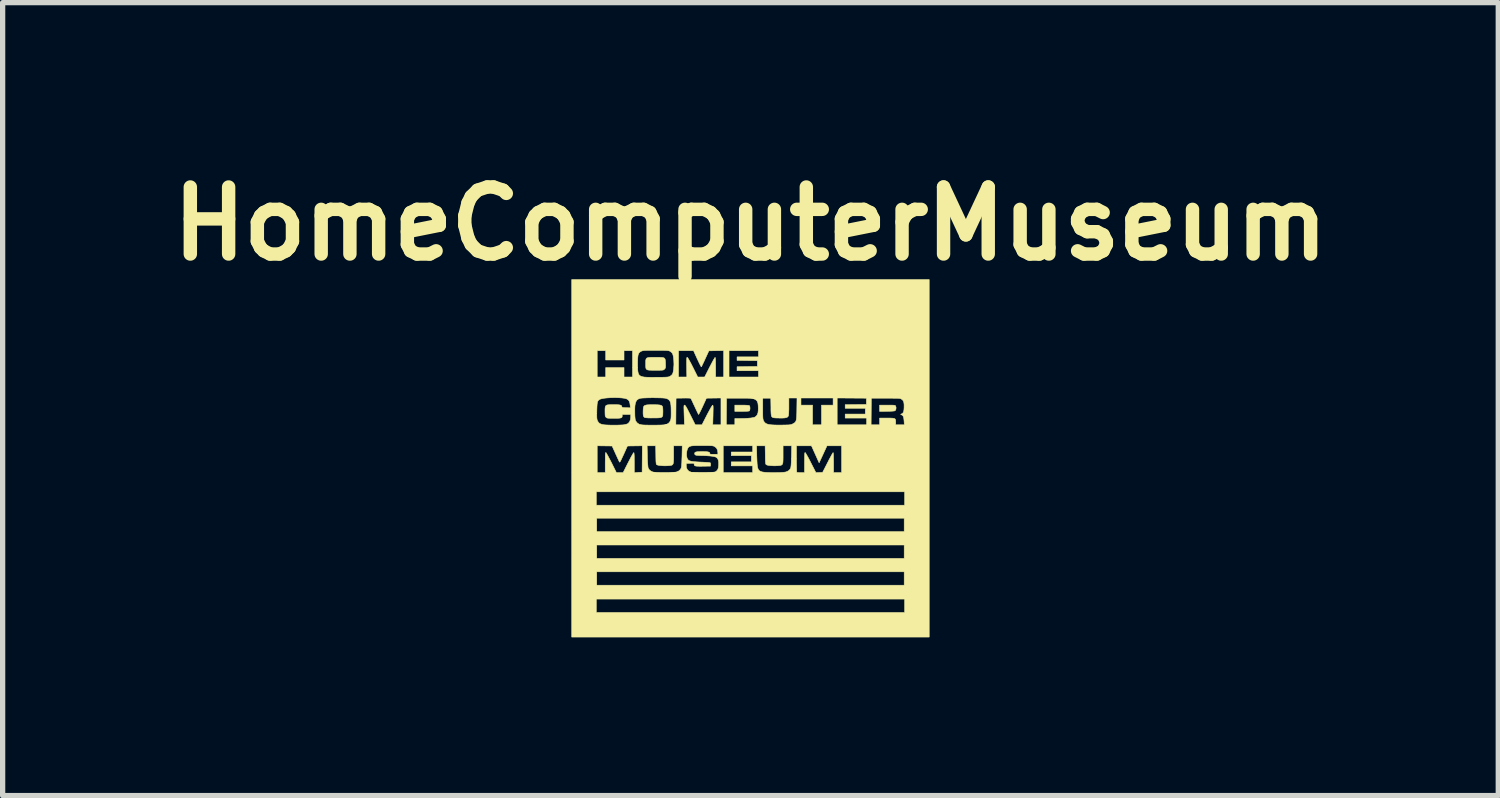
<source format=kicad_pcb>
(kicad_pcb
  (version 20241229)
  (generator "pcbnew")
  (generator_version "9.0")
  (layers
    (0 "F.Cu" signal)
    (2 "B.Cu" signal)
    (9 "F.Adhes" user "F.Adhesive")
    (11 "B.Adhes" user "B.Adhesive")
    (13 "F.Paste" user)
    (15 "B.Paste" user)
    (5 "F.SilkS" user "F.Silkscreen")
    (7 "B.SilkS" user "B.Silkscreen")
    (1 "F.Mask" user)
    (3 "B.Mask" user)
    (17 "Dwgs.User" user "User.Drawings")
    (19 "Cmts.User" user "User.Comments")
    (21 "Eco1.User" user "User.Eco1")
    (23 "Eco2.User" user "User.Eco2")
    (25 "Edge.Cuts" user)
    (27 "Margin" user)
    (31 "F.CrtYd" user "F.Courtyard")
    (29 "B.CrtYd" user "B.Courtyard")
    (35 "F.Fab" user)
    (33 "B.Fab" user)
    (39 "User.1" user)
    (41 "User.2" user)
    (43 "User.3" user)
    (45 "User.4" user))
  (footprint "HomeComputerMuseum"
    (layer "F.Cu")
    (at 11.17 5.634)
    (property "Reference" "HomeComputerMuseum" (at 0 -4.445 0) (layer "F.SilkS") (effects (font (size 1.27 1.27) (thickness 0.254))))
    (attr through_hole)
    (fp_poly (pts (xy -0.104 -1.007) (xy -0.061 -1.005) (xy -0.033 -1.002) (xy -0.02 -0.998) (xy -0.019 -0.997) (xy -0.012 -0.983) (xy -0.009 -0.959) (xy -0.008 -0.948) (xy -0.011 -0.923) (xy -0.016 -0.903) (xy -0.019 -0.899) (xy -0.03 -0.895) (xy -0.056 -0.892) (xy -0.096 -0.89) (xy -0.152 -0.889) (xy -0.163 -0.889) (xy -0.296 -0.889) (xy -0.296 -1.008) (xy -0.163 -1.008) (xy -0.104 -1.007)) (stroke (width 0.01) (type solid)) (fill yes) (layer "F.SilkS"))
    (fp_poly (pts (xy 2.648 -1.007) (xy 2.687 -1.007) (xy 2.714 -1.006) (xy 2.732 -1.004) (xy 2.743 -1) (xy 2.749 -0.995) (xy 2.751 -0.991) (xy 2.759 -0.963) (xy 2.757 -0.932) (xy 2.748 -0.91) (xy 2.742 -0.904) (xy 2.734 -0.899) (xy 2.719 -0.896) (xy 2.697 -0.894) (xy 2.664 -0.892) (xy 2.617 -0.891) (xy 2.591 -0.89) (xy 2.447 -0.888) (xy 2.447 -1.008) (xy 2.595 -1.008) (xy 2.648 -1.007)) (stroke (width 0.01) (type solid)) (fill yes) (layer "F.SilkS"))
    (fp_poly (pts (xy -1.802 -1.015) (xy -1.802 -1.015) (xy -1.75 -1.013) (xy -1.712 -1.009) (xy -1.687 -1.001) (xy -1.671 -0.988) (xy -1.663 -0.966) (xy -1.66 -0.935) (xy -1.659 -0.89) (xy -1.659 -0.885) (xy -1.66 -0.846) (xy -1.661 -0.816) (xy -1.667 -0.795) (xy -1.679 -0.781) (xy -1.699 -0.772) (xy -1.729 -0.767) (xy -1.772 -0.765) (xy -1.829 -0.765) (xy -1.836 -0.765) (xy -1.887 -0.764) (xy -1.933 -0.765) (xy -1.969 -0.767) (xy -1.993 -0.77) (xy -2 -0.771) (xy -2.015 -0.78) (xy -2.025 -0.793) (xy -2.031 -0.813) (xy -2.034 -0.845) (xy -2.034 -0.89) (xy -2.034 -0.892) (xy -2.032 -0.938) (xy -2.027 -0.97) (xy -2.017 -0.991) (xy -1.999 -1.003) (xy -1.973 -1.01) (xy -1.96 -1.012) (xy -1.933 -1.014) (xy -1.894 -1.015) (xy -1.849 -1.015) (xy -1.802 -1.015)) (stroke (width 0.01) (type solid)) (fill yes) (layer "F.SilkS"))
    (fp_poly (pts (xy -1.795 -1.913) (xy -1.736 -1.913) (xy -1.691 -1.912) (xy -1.658 -1.909) (xy -1.636 -1.901) (xy -1.623 -1.889) (xy -1.615 -1.87) (xy -1.612 -1.842) (xy -1.61 -1.806) (xy -1.61 -1.794) (xy -1.609 -1.756) (xy -1.609 -1.73) (xy -1.612 -1.714) (xy -1.617 -1.702) (xy -1.627 -1.692) (xy -1.629 -1.689) (xy -1.637 -1.682) (xy -1.645 -1.676) (xy -1.657 -1.672) (xy -1.674 -1.67) (xy -1.699 -1.669) (xy -1.736 -1.668) (xy -1.786 -1.668) (xy -1.798 -1.668) (xy -1.852 -1.668) (xy -1.892 -1.669) (xy -1.92 -1.67) (xy -1.939 -1.673) (xy -1.953 -1.676) (xy -1.962 -1.681) (xy -1.965 -1.684) (xy -1.974 -1.692) (xy -1.98 -1.702) (xy -1.983 -1.718) (xy -1.985 -1.742) (xy -1.985 -1.779) (xy -1.985 -1.791) (xy -1.985 -1.83) (xy -1.984 -1.86) (xy -1.978 -1.882) (xy -1.967 -1.897) (xy -1.948 -1.906) (xy -1.92 -1.911) (xy -1.879 -1.913) (xy -1.824 -1.913) (xy -1.795 -1.913)) (stroke (width 0.01) (type solid)) (fill yes) (layer "F.SilkS"))
    (fp_poly (pts (xy 3.387 3.387) (xy -3.387 3.387) (xy -3.387 2.151) (xy -2.913 2.151) (xy -2.913 2.405) (xy 0 2.405) (xy 0 2.667) (xy -2.921 2.667) (xy -2.921 2.921) (xy 2.921 2.921) (xy 2.921 2.667) (xy 0 2.667) (xy 0 2.405) (xy 2.913 2.405) (xy 2.913 2.151) (xy -2.913 2.151) (xy -3.387 2.151) (xy -3.387 1.643) (xy -2.913 1.643) (xy -2.913 1.897) (xy 2.913 1.897) (xy 2.913 1.643) (xy -2.913 1.643) (xy -3.387 1.643) (xy -3.387 1.135) (xy -2.913 1.135) (xy -2.913 1.389) (xy 2.913 1.389) (xy 2.913 1.135) (xy 0 1.135) (xy 0 0.889) (xy 2.921 0.889) (xy 2.921 0.635) (xy -2.921 0.635) (xy -2.921 0.889) (xy 0 0.889) (xy 0 1.135) (xy -2.913 1.135) (xy -3.387 1.135) (xy -3.387 -0.237) (xy -2.904 -0.237) (xy -2.904 0.271) (xy -2.752 0.271) (xy -2.752 0.08) (xy -2.751 0.016) (xy -2.751 -0.033) (xy -2.75 -0.069) (xy -2.748 -0.092) (xy -2.745 -0.106) (xy -2.741 -0.11) (xy -2.741 -0.11) (xy -2.734 -0.103) (xy -2.722 -0.082) (xy -2.704 -0.051) (xy -2.682 -0.01) (xy -2.657 0.038) (xy -2.635 0.08) (xy -2.54 0.271) (xy -2.413 0.271) (xy -2.318 0.083) (xy -2.291 0.031) (xy -2.267 -0.016) (xy -2.245 -0.055) (xy -2.228 -0.085) (xy -2.216 -0.103) (xy -2.212 -0.108) (xy -2.208 -0.106) (xy -2.206 -0.095) (xy -2.204 -0.073) (xy -2.202 -0.04) (xy -2.202 0.006) (xy -2.201 0.068) (xy -2.201 0.08) (xy -2.201 0.272) (xy -2.127 0.269) (xy -2.053 0.267) (xy -2.051 0.015) (xy -2.049 -0.237) (xy -1.958 -0.237) (xy -1.953 -0.044) (xy -1.952 0.013) (xy -1.949 0.066) (xy -1.946 0.113) (xy -1.943 0.15) (xy -1.94 0.174) (xy -1.939 0.18) (xy -1.921 0.213) (xy -1.89 0.24) (xy -1.85 0.259) (xy -1.841 0.261) (xy -1.816 0.265) (xy -1.778 0.268) (xy -1.73 0.269) (xy -1.676 0.27) (xy -1.619 0.27) (xy -1.562 0.27) (xy -1.508 0.268) (xy -1.461 0.266) (xy -1.424 0.263) (xy -1.401 0.259) (xy -1.4 0.258) (xy -1.357 0.239) (xy -1.327 0.211) (xy -1.312 0.182) (xy -1.308 0.163) (xy -1.304 0.128) (xy -1.304 0.127) (xy -1.217 0.127) (xy -1.214 0.174) (xy -1.197 0.214) (xy -1.167 0.244) (xy -1.126 0.262) (xy -1.125 0.263) (xy -1.109 0.265) (xy -1.078 0.266) (xy -1.036 0.267) (xy -0.985 0.268) (xy -0.929 0.268) (xy -0.889 0.268) (xy -0.823 0.268) (xy -0.772 0.267) (xy -0.733 0.266) (xy -0.705 0.264) (xy -0.685 0.261) (xy -0.671 0.258) (xy -0.661 0.254) (xy -0.658 0.252) (xy -0.634 0.232) (xy -0.618 0.208) (xy -0.608 0.176) (xy -0.603 0.131) (xy -0.603 0.123) (xy -0.603 0.068) (xy -0.612 0.027) (xy -0.629 -0.003) (xy -0.654 -0.022) (xy -0.678 -0.03) (xy -0.717 -0.038) (xy -0.767 -0.044) (xy -0.826 -0.048) (xy -0.892 -0.051) (xy -0.923 -0.051) (xy -0.973 -0.053) (xy -1.009 -0.055) (xy -1.033 -0.059) (xy -1.048 -0.066) (xy -1.055 -0.076) (xy -1.057 -0.085) (xy -1.057 -0.1) (xy -1.05 -0.111) (xy -1.035 -0.119) (xy -1.01 -0.124) (xy -0.971 -0.126) (xy -0.918 -0.127) (xy -0.916 -0.127) (xy -0.862 -0.126) (xy -0.822 -0.124) (xy -0.796 -0.119) (xy -0.779 -0.112) (xy -0.772 -0.102) (xy -0.77 -0.093) (xy -0.769 -0.085) (xy -0.763 -0.08) (xy -0.749 -0.077) (xy -0.723 -0.076) (xy -0.694 -0.076) (xy -0.618 -0.076) (xy -0.618 -0.112) (xy -0.625 -0.158) (xy -0.646 -0.196) (xy -0.678 -0.223) (xy -0.682 -0.224) (xy -0.694 -0.23) (xy -0.707 -0.234) (xy -0.724 -0.237) (xy -0.725 -0.237) (xy -0.516 -0.237) (xy -0.516 0.271) (xy 0.042 0.271) (xy 0.042 0.144) (xy -0.364 0.144) (xy -0.364 0.068) (xy 0.017 0.068) (xy 0.017 -0.051) (xy -0.364 -0.051) (xy -0.364 -0.119) (xy 0.042 -0.119) (xy 0.042 -0.237) (xy 0.116 -0.237) (xy 0.12 -0.04) (xy 0.123 0.036) (xy 0.126 0.096) (xy 0.13 0.144) (xy 0.137 0.18) (xy 0.147 0.207) (xy 0.16 0.227) (xy 0.178 0.241) (xy 0.201 0.251) (xy 0.226 0.259) (xy 0.253 0.263) (xy 0.292 0.267) (xy 0.341 0.269) (xy 0.396 0.271) (xy 0.455 0.271) (xy 0.513 0.27) (xy 0.568 0.269) (xy 0.615 0.266) (xy 0.652 0.262) (xy 0.674 0.258) (xy 0.717 0.239) (xy 0.747 0.211) (xy 0.763 0.182) (xy 0.766 0.164) (xy 0.77 0.13) (xy 0.773 0.081) (xy 0.775 0.019) (xy 0.777 -0.04) (xy 0.781 -0.237) (xy 0.872 -0.237) (xy 0.872 0.011) (xy 0.872 0.075) (xy 0.873 0.132) (xy 0.874 0.182) (xy 0.875 0.222) (xy 0.876 0.25) (xy 0.877 0.264) (xy 0.878 0.265) (xy 0.888 0.268) (xy 0.911 0.27) (xy 0.943 0.271) (xy 0.954 0.271) (xy 1.024 0.271) (xy 1.024 0.08) (xy 1.025 0.016) (xy 1.025 -0.032) (xy 1.027 -0.068) (xy 1.028 -0.091) (xy 1.031 -0.105) (xy 1.034 -0.11) (xy 1.035 -0.11) (xy 1.042 -0.103) (xy 1.055 -0.082) (xy 1.073 -0.051) (xy 1.096 -0.01) (xy 1.121 0.037) (xy 1.143 0.081) (xy 1.24 0.271) (xy 1.303 0.269) (xy 1.367 0.267) (xy 1.462 0.081) (xy 1.488 0.029) (xy 1.513 -0.017) (xy 1.534 -0.056) (xy 1.551 -0.086) (xy 1.562 -0.104) (xy 1.566 -0.108) (xy 1.569 -0.102) (xy 1.572 -0.081) (xy 1.573 -0.045) (xy 1.574 0.008) (xy 1.575 0.077) (xy 1.575 0.271) (xy 1.727 0.271) (xy 1.727 -0.237) (xy 1.45 -0.237) (xy 1.376 -0.076) (xy 1.301 0.085) (xy 1.156 -0.237) (xy 1.014 -0.237) (xy 0.872 -0.237) (xy 0.781 -0.237) (xy 0.618 -0.237) (xy 0.618 -0.068) (xy 0.618 -0.005) (xy 0.617 0.043) (xy 0.615 0.079) (xy 0.609 0.103) (xy 0.6 0.119) (xy 0.586 0.129) (xy 0.567 0.135) (xy 0.541 0.138) (xy 0.521 0.14) (xy 0.477 0.142) (xy 0.43 0.142) (xy 0.384 0.139) (xy 0.345 0.135) (xy 0.315 0.128) (xy 0.301 0.122) (xy 0.295 0.117) (xy 0.29 0.109) (xy 0.287 0.097) (xy 0.285 0.077) (xy 0.283 0.049) (xy 0.282 0.008) (xy 0.281 -0.046) (xy 0.281 -0.064) (xy 0.278 -0.237) (xy 0.116 -0.237) (xy 0.042 -0.237) (xy -0.516 -0.237) (xy -0.725 -0.237) (xy -0.747 -0.239) (xy -0.778 -0.24) (xy -0.82 -0.241) (xy -0.875 -0.241) (xy -0.914 -0.241) (xy -0.986 -0.241) (xy -1.044 -0.24) (xy -1.088 -0.238) (xy -1.121 -0.234) (xy -1.146 -0.227) (xy -1.164 -0.218) (xy -1.177 -0.206) (xy -1.187 -0.19) (xy -1.194 -0.176) (xy -1.205 -0.138) (xy -1.21 -0.094) (xy -1.21 -0.048) (xy -1.202 -0.008) (xy -1.196 0.008) (xy -1.185 0.025) (xy -1.17 0.039) (xy -1.149 0.049) (xy -1.119 0.057) (xy -1.079 0.063) (xy -1.026 0.067) (xy -0.96 0.071) (xy -0.935 0.072) (xy -0.884 0.074) (xy -0.838 0.077) (xy -0.801 0.079) (xy -0.775 0.082) (xy -0.763 0.084) (xy -0.763 0.084) (xy -0.756 0.097) (xy -0.755 0.118) (xy -0.755 0.119) (xy -0.758 0.148) (xy -0.896 0.15) (xy -0.954 0.151) (xy -0.998 0.15) (xy -1.029 0.148) (xy -1.049 0.143) (xy -1.061 0.135) (xy -1.066 0.124) (xy -1.067 0.114) (xy -1.067 0.104) (xy -1.071 0.097) (xy -1.082 0.094) (xy -1.102 0.094) (xy -1.136 0.095) (xy -1.141 0.095) (xy -1.215 0.097) (xy -1.217 0.127) (xy -1.304 0.127) (xy -1.301 0.078) (xy -1.299 0.014) (xy -1.297 -0.04) (xy -1.293 -0.237) (xy -1.456 -0.237) (xy -1.456 -0.068) (xy -1.456 -0.005) (xy -1.457 0.043) (xy -1.46 0.079) (xy -1.465 0.103) (xy -1.474 0.119) (xy -1.488 0.129) (xy -1.507 0.135) (xy -1.534 0.138) (xy -1.553 0.14) (xy -1.598 0.142) (xy -1.645 0.142) (xy -1.69 0.139) (xy -1.73 0.135) (xy -1.76 0.128) (xy -1.774 0.122) (xy -1.78 0.117) (xy -1.784 0.109) (xy -1.787 0.097) (xy -1.789 0.077) (xy -1.791 0.049) (xy -1.792 0.008) (xy -1.793 -0.046) (xy -1.793 -0.064) (xy -1.796 -0.237) (xy -1.958 -0.237) (xy -2.049 -0.237) (xy -2.049 -0.237) (xy -2.19 -0.235) (xy -2.331 -0.233) (xy -2.403 -0.073) (xy -2.428 -0.02) (xy -2.446 0.019) (xy -2.459 0.047) (xy -2.469 0.063) (xy -2.476 0.072) (xy -2.48 0.072) (xy -2.484 0.068) (xy -2.487 0.062) (xy -2.494 0.047) (xy -2.507 0.019) (xy -2.524 -0.018) (xy -2.544 -0.061) (xy -2.56 -0.097) (xy -2.622 -0.233) (xy -2.763 -0.235) (xy -2.904 -0.237) (xy -3.387 -0.237) (xy -3.387 -0.803) (xy -2.912 -0.803) (xy -2.911 -0.772) (xy -2.909 -0.749) (xy -2.906 -0.732) (xy -2.901 -0.717) (xy -2.897 -0.708) (xy -2.879 -0.679) (xy -2.855 -0.658) (xy -2.82 -0.644) (xy -2.774 -0.635) (xy -2.737 -0.632) (xy -2.687 -0.63) (xy -2.631 -0.628) (xy -2.571 -0.628) (xy -2.513 -0.629) (xy -2.46 -0.631) (xy -2.417 -0.633) (xy -2.4 -0.635) (xy -2.367 -0.642) (xy -2.338 -0.65) (xy -2.32 -0.659) (xy -2.292 -0.689) (xy -2.275 -0.732) (xy -2.269 -0.781) (xy -2.269 -0.83) (xy -2.43 -0.83) (xy -2.43 -0.805) (xy -2.431 -0.789) (xy -2.437 -0.776) (xy -2.449 -0.768) (xy -2.469 -0.762) (xy -2.501 -0.759) (xy -2.545 -0.758) (xy -2.588 -0.758) (xy -2.637 -0.758) (xy -2.673 -0.759) (xy -2.698 -0.76) (xy -2.714 -0.763) (xy -2.725 -0.767) (xy -2.733 -0.774) (xy -2.737 -0.777) (xy -2.745 -0.787) (xy -2.751 -0.799) (xy -2.754 -0.815) (xy -2.755 -0.841) (xy -2.756 -0.88) (xy -2.756 -0.89) (xy -2.756 -0.933) (xy -2.192 -0.933) (xy -2.191 -0.858) (xy -2.191 -0.855) (xy -2.19 -0.804) (xy -2.187 -0.767) (xy -2.184 -0.74) (xy -2.18 -0.721) (xy -2.173 -0.707) (xy -2.171 -0.703) (xy -2.144 -0.669) (xy -2.109 -0.646) (xy -2.065 -0.635) (xy -2.036 -0.632) (xy -1.993 -0.63) (xy -1.941 -0.629) (xy -1.884 -0.628) (xy -1.824 -0.628) (xy -1.766 -0.629) (xy -1.713 -0.63) (xy -1.669 -0.632) (xy -1.638 -0.634) (xy -1.635 -0.635) (xy -1.633 -0.635) (xy -1.414 -0.635) (xy -1.251 -0.635) (xy -1.257 -0.821) (xy -1.259 -0.882) (xy -1.26 -0.928) (xy -1.261 -0.961) (xy -1.26 -0.983) (xy -1.259 -0.997) (xy -1.256 -1.004) (xy -1.252 -1.007) (xy -1.248 -1.008) (xy -1.241 -1.004) (xy -1.231 -0.993) (xy -1.218 -0.972) (xy -1.2 -0.941) (xy -1.178 -0.898) (xy -1.149 -0.841) (xy -1.139 -0.821) (xy -1.046 -0.635) (xy -0.982 -0.635) (xy -0.919 -0.635) (xy -0.825 -0.819) (xy -0.797 -0.872) (xy -0.772 -0.918) (xy -0.751 -0.957) (xy -0.733 -0.985) (xy -0.722 -1.002) (xy -0.718 -1.006) (xy -0.713 -1.005) (xy -0.71 -0.999) (xy -0.708 -0.987) (xy -0.707 -0.966) (xy -0.707 -0.933) (xy -0.708 -0.889) (xy -0.709 -0.829) (xy -0.709 -0.822) (xy -0.714 -0.635) (xy -0.559 -0.635) (xy -0.457 -0.635) (xy -0.296 -0.635) (xy -0.296 -0.754) (xy -0.197 -0.754) (xy -0.116 -0.755) (xy -0.046 -0.759) (xy 0.011 -0.764) (xy 0.056 -0.772) (xy 0.085 -0.781) (xy 0.092 -0.785) (xy 0.116 -0.807) (xy 0.132 -0.831) (xy 0.142 -0.862) (xy 0.147 -0.903) (xy 0.148 -0.948) (xy 0.146 -1.003) (xy 0.141 -1.044) (xy 0.131 -1.074) (xy 0.116 -1.096) (xy 0.093 -1.113) (xy 0.079 -1.12) (xy 0.066 -1.125) (xy 0.054 -1.13) (xy 0.039 -1.133) (xy 0.02 -1.135) (xy -0.006 -1.137) (xy -0.04 -1.138) (xy -0.085 -1.139) (xy -0.143 -1.139) (xy -0.207 -1.139) (xy 0.233 -1.139) (xy 0.233 -0.94) (xy 0.233 -0.876) (xy 0.233 -0.827) (xy 0.234 -0.79) (xy 0.236 -0.762) (xy 0.238 -0.743) (xy 0.242 -0.728) (xy 0.246 -0.715) (xy 0.25 -0.707) (xy 0.264 -0.685) (xy 0.283 -0.667) (xy 0.307 -0.653) (xy 0.338 -0.643) (xy 0.379 -0.636) (xy 0.432 -0.632) (xy 0.497 -0.63) (xy 0.577 -0.63) (xy 0.593 -0.63) (xy 0.651 -0.631) (xy 0.694 -0.632) (xy 0.726 -0.633) (xy 0.75 -0.636) (xy 0.768 -0.639) (xy 0.783 -0.644) (xy 0.798 -0.651) (xy 0.801 -0.652) (xy 0.822 -0.664) (xy 0.839 -0.675) (xy 0.852 -0.689) (xy 0.862 -0.708) (xy 0.869 -0.732) (xy 0.873 -0.766) (xy 0.876 -0.81) (xy 0.878 -0.866) (xy 0.879 -0.938) (xy 0.882 -1.143) (xy 0.957 -1.143) (xy 0.957 -1.008) (xy 1.177 -1.008) (xy 1.177 -0.635) (xy 1.346 -0.635) (xy 1.643 -0.635) (xy 2.201 -0.635) (xy 2.286 -0.635) (xy 2.447 -0.635) (xy 2.447 -0.762) (xy 2.586 -0.762) (xy 2.643 -0.762) (xy 2.685 -0.761) (xy 2.714 -0.757) (xy 2.734 -0.751) (xy 2.745 -0.74) (xy 2.75 -0.724) (xy 2.752 -0.702) (xy 2.752 -0.685) (xy 2.752 -0.635) (xy 2.915 -0.635) (xy 2.911 -0.706) (xy 2.906 -0.751) (xy 2.899 -0.784) (xy 2.889 -0.805) (xy 2.873 -0.818) (xy 2.863 -0.823) (xy 2.848 -0.829) (xy 2.848 -0.834) (xy 2.857 -0.838) (xy 2.879 -0.85) (xy 2.894 -0.866) (xy 2.904 -0.891) (xy 2.909 -0.928) (xy 2.911 -0.965) (xy 2.911 -1.018) (xy 2.906 -1.058) (xy 2.896 -1.087) (xy 2.878 -1.109) (xy 2.859 -1.122) (xy 2.851 -1.127) (xy 2.841 -1.13) (xy 2.828 -1.133) (xy 2.809 -1.135) (xy 2.784 -1.137) (xy 2.749 -1.138) (xy 2.704 -1.138) (xy 2.645 -1.139) (xy 2.572 -1.139) (xy 2.29 -1.139) (xy 2.286 -0.635) (xy 2.201 -0.635) (xy 2.201 -0.762) (xy 1.795 -0.762) (xy 1.795 -0.838) (xy 2.176 -0.838) (xy 2.176 -0.948) (xy 1.795 -0.948) (xy 1.795 -1.016) (xy 2.197 -1.02) (xy 2.197 -1.139) (xy 1.92 -1.141) (xy 1.643 -1.143) (xy 1.643 -0.635) (xy 1.346 -0.635) (xy 1.346 -1.008) (xy 1.566 -1.008) (xy 1.566 -1.143) (xy 0.957 -1.143) (xy 0.882 -1.143) (xy 0.728 -1.143) (xy 0.728 -0.988) (xy 0.728 -0.931) (xy 0.726 -0.882) (xy 0.724 -0.842) (xy 0.721 -0.815) (xy 0.719 -0.806) (xy 0.71 -0.789) (xy 0.695 -0.777) (xy 0.672 -0.769) (xy 0.639 -0.764) (xy 0.593 -0.762) (xy 0.536 -0.763) (xy 0.49 -0.764) (xy 0.455 -0.766) (xy 0.429 -0.771) (xy 0.411 -0.78) (xy 0.399 -0.796) (xy 0.393 -0.821) (xy 0.39 -0.857) (xy 0.388 -0.906) (xy 0.388 -0.968) (xy 0.385 -1.139) (xy 0.233 -1.139) (xy -0.207 -1.139) (xy -0.453 -1.139) (xy -0.457 -0.635) (xy -0.559 -0.635) (xy -0.559 -1.143) (xy -0.696 -1.141) (xy -0.834 -1.139) (xy -0.905 -0.984) (xy -0.927 -0.937) (xy -0.947 -0.896) (xy -0.964 -0.863) (xy -0.976 -0.84) (xy -0.982 -0.83) (xy -0.982 -0.83) (xy -0.987 -0.837) (xy -0.998 -0.857) (xy -1.013 -0.889) (xy -1.032 -0.928) (xy -1.053 -0.973) (xy -1.054 -0.976) (xy -1.076 -1.022) (xy -1.095 -1.064) (xy -1.111 -1.098) (xy -1.123 -1.122) (xy -1.129 -1.133) (xy -1.129 -1.133) (xy -1.137 -1.137) (xy -1.154 -1.14) (xy -1.182 -1.141) (xy -1.224 -1.142) (xy -1.273 -1.141) (xy -1.41 -1.139) (xy -1.412 -0.887) (xy -1.414 -0.635) (xy -1.633 -0.635) (xy -1.589 -0.645) (xy -1.557 -0.661) (xy -1.532 -0.686) (xy -1.52 -0.708) (xy -1.514 -0.722) (xy -1.509 -0.738) (xy -1.506 -0.759) (xy -1.504 -0.788) (xy -1.503 -0.828) (xy -1.503 -0.881) (xy -1.504 -0.95) (xy -1.507 -1.005) (xy -1.513 -1.047) (xy -1.523 -1.078) (xy -1.538 -1.101) (xy -1.558 -1.118) (xy -1.585 -1.13) (xy -1.603 -1.136) (xy -1.626 -1.14) (xy -1.662 -1.143) (xy -1.709 -1.145) (xy -1.763 -1.146) (xy -1.822 -1.147) (xy -1.882 -1.147) (xy -1.941 -1.146) (xy -1.994 -1.144) (xy -2.04 -1.142) (xy -2.075 -1.139) (xy -2.094 -1.135) (xy -2.125 -1.123) (xy -2.15 -1.104) (xy -2.168 -1.077) (xy -2.181 -1.041) (xy -2.189 -0.994) (xy -2.192 -0.933) (xy -2.756 -0.933) (xy -2.756 -0.933) (xy -2.753 -0.965) (xy -2.747 -0.988) (xy -2.734 -1.002) (xy -2.713 -1.011) (xy -2.68 -1.015) (xy -2.635 -1.016) (xy -2.591 -1.016) (xy -2.537 -1.016) (xy -2.498 -1.014) (xy -2.471 -1.01) (xy -2.453 -1.004) (xy -2.443 -0.995) (xy -2.438 -0.982) (xy -2.437 -0.978) (xy -2.434 -0.97) (xy -2.426 -0.965) (xy -2.411 -0.962) (xy -2.384 -0.96) (xy -2.355 -0.959) (xy -2.275 -0.956) (xy -2.28 -1.006) (xy -2.286 -1.049) (xy -2.297 -1.081) (xy -2.315 -1.106) (xy -2.343 -1.124) (xy -2.381 -1.136) (xy -2.432 -1.143) (xy -2.498 -1.148) (xy -2.567 -1.15) (xy -2.636 -1.149) (xy -2.7 -1.145) (xy -2.758 -1.14) (xy -2.805 -1.132) (xy -2.84 -1.123) (xy -2.851 -1.119) (xy -2.869 -1.108) (xy -2.883 -1.096) (xy -2.893 -1.08) (xy -2.901 -1.058) (xy -2.905 -1.027) (xy -2.908 -0.985) (xy -2.91 -0.929) (xy -2.911 -0.9) (xy -2.912 -0.844) (xy -2.912 -0.803) (xy -3.387 -0.803) (xy -3.387 -2.04) (xy -2.904 -2.04) (xy -2.904 -1.541) (xy -2.743 -1.541) (xy -2.743 -1.719) (xy -2.396 -1.719) (xy -2.396 -1.541) (xy -2.235 -1.541) (xy -2.235 -1.786) (xy -2.138 -1.786) (xy -2.138 -1.725) (xy -2.136 -1.674) (xy -2.131 -1.633) (xy -2.122 -1.601) (xy -2.107 -1.576) (xy -2.084 -1.559) (xy -2.052 -1.547) (xy -2.01 -1.539) (xy -1.955 -1.536) (xy -1.888 -1.534) (xy -1.805 -1.535) (xy -1.778 -1.535) (xy -1.71 -1.535) (xy -1.657 -1.536) (xy -1.616 -1.537) (xy -1.586 -1.539) (xy -1.564 -1.541) (xy -1.548 -1.544) (xy -1.536 -1.548) (xy -1.526 -1.553) (xy -1.525 -1.554) (xy -1.5 -1.571) (xy -1.482 -1.59) (xy -1.47 -1.615) (xy -1.462 -1.649) (xy -1.455 -1.696) (xy -1.455 -1.701) (xy -1.45 -1.779) (xy -1.453 -1.856) (xy -1.455 -1.878) (xy -1.461 -1.927) (xy -1.469 -1.962) (xy -1.48 -1.988) (xy -1.496 -2.008) (xy -1.52 -2.025) (xy -1.525 -2.028) (xy -1.534 -2.033) (xy -1.545 -2.037) (xy -1.559 -2.04) (xy -1.567 -2.04) (xy -1.363 -2.04) (xy -1.363 -1.541) (xy -1.285 -1.541) (xy -1.206 -1.541) (xy -1.209 -1.727) (xy -1.21 -1.789) (xy -1.21 -1.835) (xy -1.209 -1.869) (xy -1.208 -1.891) (xy -1.206 -1.905) (xy -1.203 -1.912) (xy -1.199 -1.913) (xy -1.198 -1.913) (xy -1.19 -1.906) (xy -1.175 -1.883) (xy -1.154 -1.846) (xy -1.126 -1.794) (xy -1.093 -1.729) (xy -1.092 -1.727) (xy -0.999 -1.541) (xy -0.933 -1.541) (xy -0.868 -1.541) (xy -0.775 -1.725) (xy -0.748 -1.776) (xy -0.724 -1.822) (xy -0.703 -1.86) (xy -0.686 -1.889) (xy -0.675 -1.907) (xy -0.671 -1.911) (xy -0.667 -1.909) (xy -0.665 -1.898) (xy -0.663 -1.876) (xy -0.661 -1.843) (xy -0.661 -1.796) (xy -0.66 -1.733) (xy -0.66 -1.728) (xy -0.66 -1.541) (xy -0.508 -1.541) (xy -0.508 -2.04) (xy -0.406 -2.04) (xy -0.406 -1.541) (xy 0.152 -1.541) (xy 0.152 -1.659) (xy -0.254 -1.659) (xy -0.254 -1.735) (xy -0.061 -1.738) (xy 0.131 -1.74) (xy 0.131 -1.85) (xy -0.061 -1.852) (xy -0.254 -1.855) (xy -0.254 -1.922) (xy 0.152 -1.922) (xy 0.152 -2.04) (xy -0.406 -2.04) (xy -0.508 -2.04) (xy -0.508 -2.041) (xy -0.648 -2.039) (xy -0.788 -2.036) (xy -0.856 -1.888) (xy -0.877 -1.842) (xy -0.897 -1.8) (xy -0.913 -1.767) (xy -0.924 -1.744) (xy -0.93 -1.733) (xy -0.93 -1.733) (xy -0.936 -1.738) (xy -0.947 -1.757) (xy -0.962 -1.787) (xy -0.981 -1.826) (xy -1.002 -1.871) (xy -1.008 -1.883) (xy -1.079 -2.04) (xy -1.363 -2.04) (xy -1.567 -2.04) (xy -1.578 -2.042) (xy -1.605 -2.043) (xy -1.641 -2.044) (xy -1.689 -2.044) (xy -1.75 -2.045) (xy -1.795 -2.045) (xy -1.866 -2.045) (xy -1.922 -2.044) (xy -1.965 -2.044) (xy -1.998 -2.043) (xy -2.022 -2.041) (xy -2.04 -2.038) (xy -2.053 -2.035) (xy -2.064 -2.031) (xy -2.07 -2.028) (xy -2.092 -2.015) (xy -2.108 -2.001) (xy -2.12 -1.982) (xy -2.129 -1.956) (xy -2.134 -1.921) (xy -2.137 -1.875) (xy -2.138 -1.815) (xy -2.138 -1.786) (xy -2.235 -1.786) (xy -2.235 -2.04) (xy -2.396 -2.04) (xy -2.396 -1.863) (xy -2.743 -1.863) (xy -2.743 -2.04) (xy -2.904 -2.04) (xy -3.387 -2.04) (xy -3.387 -3.387) (xy 3.387 -3.387) (xy 3.387 3.387)) (stroke (width 0.01) (type solid)) (fill yes) (layer "F.SilkS")))
  (gr_rect
    (start -3 -3)
    (end 25.34 12.025)
    (stroke (width 0.1) (type default))
    (fill no)
    (layer "Edge.Cuts")))
</source>
